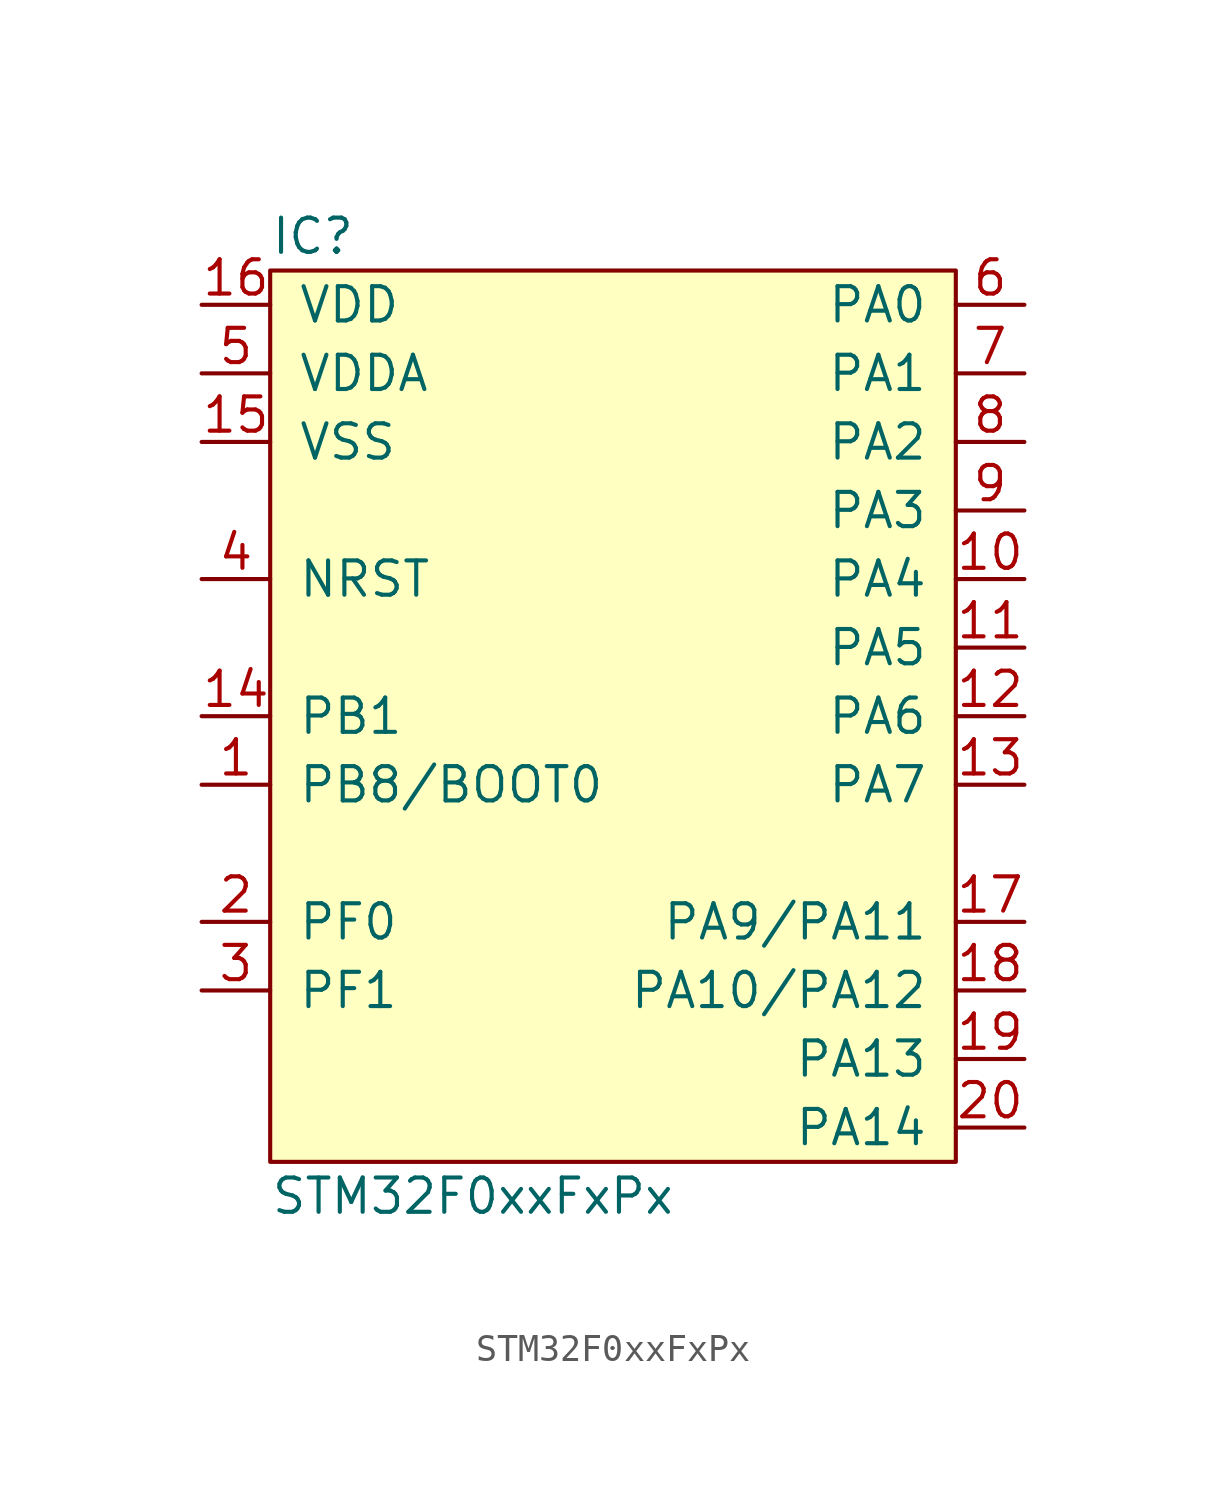
<source format=kicad_sym>
(kicad_symbol_lib
  (version 20211014)
  (generator agg_kicad.build_lib_ic)
  (symbol "STM32F0xxFxPx"
    (pin_names
      (offset 1.016))
    (property Reference IC
      (at -12.7 17.78 0)
      (effects (font (size 1.27 1.27)) (justify left)))
    (property Value "STM32F0xxFxPx"
      (at -12.7 -17.78 0)
      (effects (font (size 1.27 1.27)) (justify left)))
    (symbol "STM32F0xxFxPx_0_0"
      (rectangle (start -12.7 16.51) (end 12.7 -16.51) (stroke (width 0) (type default) (color 0 0 0 0)) (fill (type background)))
      (pin power_in line (at -15.24 15.24 0) (length 2.54) (name VDD (effects (font (size 1.27 1.27)))) (number "16" (effects (font (size 1.27 1.27)))))
      (pin power_in line (at -15.24 12.7 0) (length 2.54) (name VDDA (effects (font (size 1.27 1.27)))) (number "5" (effects (font (size 1.27 1.27)))))
      (pin power_in line (at -15.24 10.16 0) (length 2.54) (name VSS (effects (font (size 1.27 1.27)))) (number "15" (effects (font (size 1.27 1.27)))))
      (pin input line (at -15.24 5.08 0) (length 2.54) (name NRST (effects (font (size 1.27 1.27)))) (number "4" (effects (font (size 1.27 1.27)))))
      (pin bidirectional line (at -15.24 0 0) (length 2.54) (name "PB1" (effects (font (size 1.27 1.27)))) (number "14" (effects (font (size 1.27 1.27)))))
      (pin bidirectional line (at -15.24 -2.54 0) (length 2.54) (name "PB8/BOOT0" (effects (font (size 1.27 1.27)))) (number "1" (effects (font (size 1.27 1.27)))))
      (pin bidirectional line (at -15.24 -7.62 0) (length 2.54) (name "PF0" (effects (font (size 1.27 1.27)))) (number "2" (effects (font (size 1.27 1.27)))))
      (pin bidirectional line (at -15.24 -10.16 0) (length 2.54) (name "PF1" (effects (font (size 1.27 1.27)))) (number "3" (effects (font (size 1.27 1.27)))))
      (pin bidirectional line (at 15.24 15.24 180) (length 2.54) (name "PA0" (effects (font (size 1.27 1.27)))) (number "6" (effects (font (size 1.27 1.27)))))
      (pin bidirectional line (at 15.24 12.7 180) (length 2.54) (name "PA1" (effects (font (size 1.27 1.27)))) (number "7" (effects (font (size 1.27 1.27)))))
      (pin bidirectional line (at 15.24 10.16 180) (length 2.54) (name "PA2" (effects (font (size 1.27 1.27)))) (number "8" (effects (font (size 1.27 1.27)))))
      (pin bidirectional line (at 15.24 7.62 180) (length 2.54) (name "PA3" (effects (font (size 1.27 1.27)))) (number "9" (effects (font (size 1.27 1.27)))))
      (pin bidirectional line (at 15.24 5.08 180) (length 2.54) (name "PA4" (effects (font (size 1.27 1.27)))) (number "10" (effects (font (size 1.27 1.27)))))
      (pin bidirectional line (at 15.24 2.54 180) (length 2.54) (name "PA5" (effects (font (size 1.27 1.27)))) (number "11" (effects (font (size 1.27 1.27)))))
      (pin bidirectional line (at 15.24 0 180) (length 2.54) (name "PA6" (effects (font (size 1.27 1.27)))) (number "12" (effects (font (size 1.27 1.27)))))
      (pin bidirectional line (at 15.24 -2.54 180) (length 2.54) (name "PA7" (effects (font (size 1.27 1.27)))) (number "13" (effects (font (size 1.27 1.27)))))
      (pin bidirectional line (at 15.24 -7.62 180) (length 2.54) (name "PA9/PA11" (effects (font (size 1.27 1.27)))) (number "17" (effects (font (size 1.27 1.27)))))
      (pin bidirectional line (at 15.24 -10.16 180) (length 2.54) (name "PA10/PA12" (effects (font (size 1.27 1.27)))) (number "18" (effects (font (size 1.27 1.27)))))
      (pin bidirectional line (at 15.24 -12.7 180) (length 2.54) (name "PA13" (effects (font (size 1.27 1.27)))) (number "19" (effects (font (size 1.27 1.27)))))
      (pin bidirectional line (at 15.24 -15.24 180) (length 2.54) (name "PA14" (effects (font (size 1.27 1.27)))) (number "20" (effects (font (size 1.27 1.27))))))))
</source>
